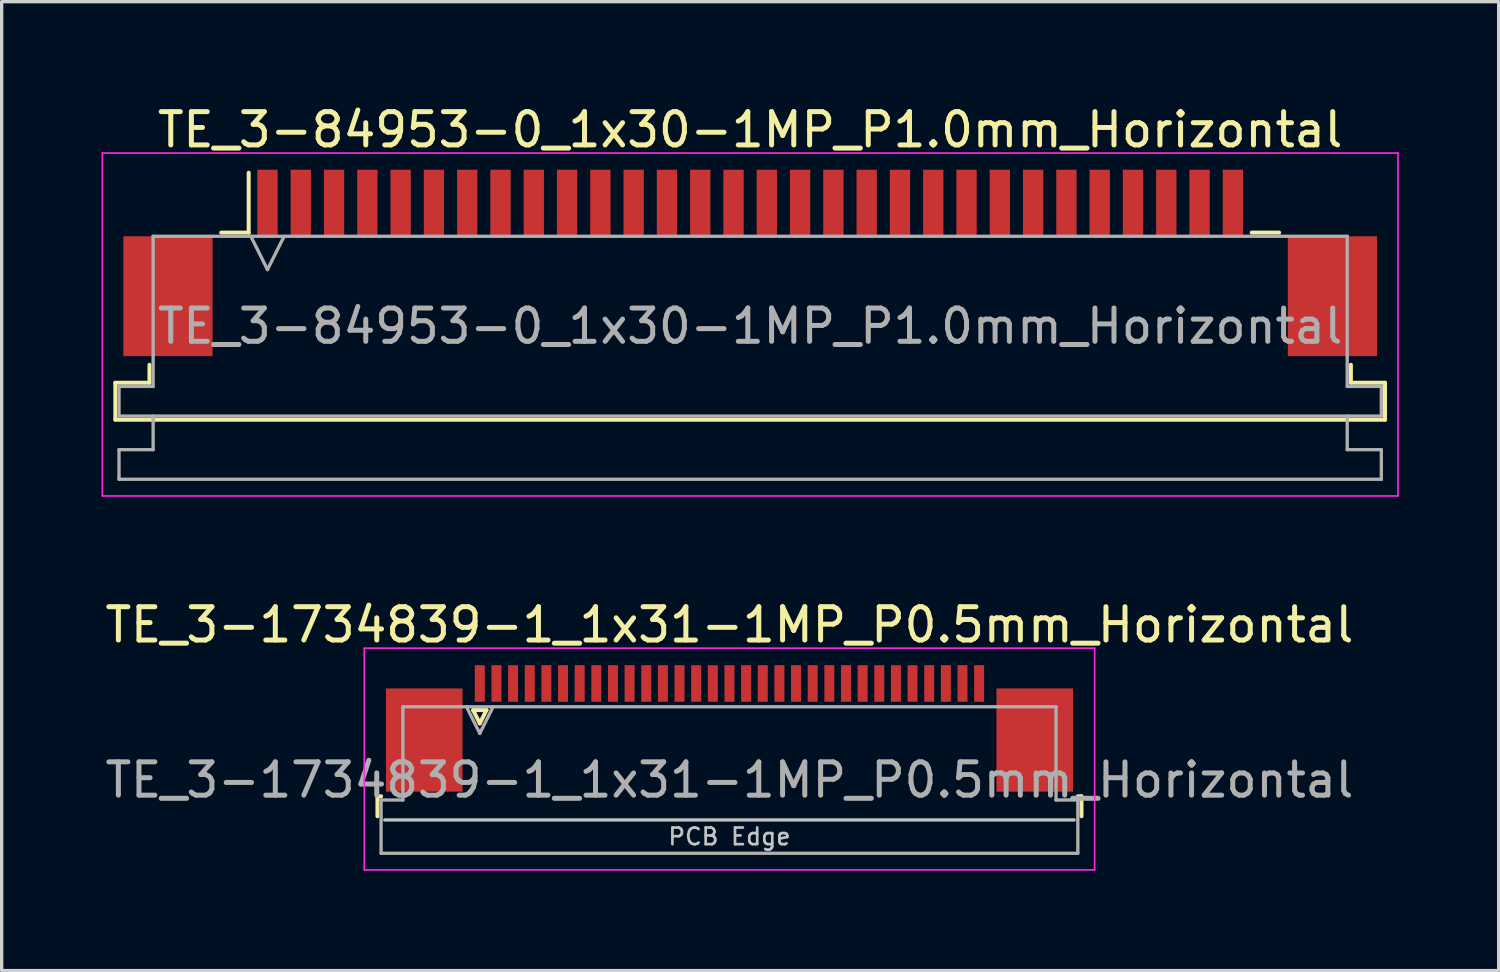
<source format=kicad_pcb>
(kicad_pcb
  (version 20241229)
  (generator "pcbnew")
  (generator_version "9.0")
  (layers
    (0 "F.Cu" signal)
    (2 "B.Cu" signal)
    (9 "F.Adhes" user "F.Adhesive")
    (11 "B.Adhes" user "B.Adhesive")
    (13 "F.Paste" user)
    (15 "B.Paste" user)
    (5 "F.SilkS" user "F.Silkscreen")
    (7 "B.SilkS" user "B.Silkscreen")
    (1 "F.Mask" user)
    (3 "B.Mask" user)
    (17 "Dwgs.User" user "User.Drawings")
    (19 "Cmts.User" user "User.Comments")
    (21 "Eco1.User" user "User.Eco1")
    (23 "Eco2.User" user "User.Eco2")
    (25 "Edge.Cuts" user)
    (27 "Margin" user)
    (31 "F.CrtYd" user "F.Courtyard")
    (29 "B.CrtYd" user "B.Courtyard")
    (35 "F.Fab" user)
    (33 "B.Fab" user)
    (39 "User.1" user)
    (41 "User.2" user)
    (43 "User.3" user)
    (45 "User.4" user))
  (footprint "TE_3-84953-0_1x30-1MP_P1.0mm_Horizontal"
    (layer "F.Cu")
    (at 19.485 4.848)
    (property "Reference" "TE_3-84953-0_1x30-1MP_P1.0mm_Horizontal" (at 0 -4 0) (layer "F.SilkS") (effects (font (size 1 1) (thickness 0.15))))
    (attr smd)
    (fp_line (start -19.07 3.6) (end -18.045 3.6) (stroke (width 0.12) (type solid)) (layer "F.SilkS"))
    (fp_line (start -19.07 4.71) (end -19.07 3.6) (stroke (width 0.12) (type solid)) (layer "F.SilkS"))
    (fp_line (start -18.045 3.6) (end -18.045 3.06) (stroke (width 0.12) (type solid)) (layer "F.SilkS"))
    (fp_line (start -15.89 -0.91) (end -15.065 -0.91) (stroke (width 0.12) (type solid)) (layer "F.SilkS"))
    (fp_line (start -15.065 -0.91) (end -15.065 -2.71) (stroke (width 0.12) (type solid)) (layer "F.SilkS"))
    (fp_line (start 15.065 -0.91) (end 15.89 -0.91) (stroke (width 0.12) (type solid)) (layer "F.SilkS"))
    (fp_line (start 18.045 3.06) (end 18.045 3.6) (stroke (width 0.12) (type solid)) (layer "F.SilkS"))
    (fp_line (start 18.045 3.6) (end 19.07 3.6) (stroke (width 0.12) (type solid)) (layer "F.SilkS"))
    (fp_line (start 19.07 3.6) (end 19.07 4.71) (stroke (width 0.12) (type solid)) (layer "F.SilkS"))
    (fp_line (start 19.07 4.71) (end -19.07 4.71) (stroke (width 0.12) (type solid)) (layer "F.SilkS"))
    (fp_line (start -19.46 -3.3) (end -19.46 7) (stroke (width 0.05) (type solid)) (layer "F.CrtYd"))
    (fp_line (start -19.46 7) (end 19.46 7) (stroke (width 0.05) (type solid)) (layer "F.CrtYd"))
    (fp_line (start 19.46 -3.3) (end -19.46 -3.3) (stroke (width 0.05) (type solid)) (layer "F.CrtYd"))
    (fp_line (start 19.46 7) (end 19.46 -3.3) (stroke (width 0.05) (type solid)) (layer "F.CrtYd"))
    (fp_line (start -18.96 3.71) (end -17.935 3.71) (stroke (width 0.1) (type solid)) (layer "F.Fab"))
    (fp_line (start -18.96 4.6) (end -18.96 3.71) (stroke (width 0.1) (type solid)) (layer "F.Fab"))
    (fp_line (start -18.96 5.61) (end -17.935 5.61) (stroke (width 0.1) (type solid)) (layer "F.Fab"))
    (fp_line (start -18.96 6.5) (end -18.96 5.61) (stroke (width 0.1) (type solid)) (layer "F.Fab"))
    (fp_line (start -17.935 -0.8) (end 17.935 -0.8) (stroke (width 0.1) (type solid)) (layer "F.Fab"))
    (fp_line (start -17.935 3.71) (end -17.935 -0.8) (stroke (width 0.1) (type solid)) (layer "F.Fab"))
    (fp_line (start -17.935 5.61) (end -17.935 4.6) (stroke (width 0.1) (type solid)) (layer "F.Fab"))
    (fp_line (start -15 -0.8) (end -14.5 0.2) (stroke (width 0.1) (type solid)) (layer "F.Fab"))
    (fp_line (start -14.5 0.2) (end -14 -0.8) (stroke (width 0.1) (type solid)) (layer "F.Fab"))
    (fp_line (start 17.935 -0.8) (end 17.935 3.71) (stroke (width 0.1) (type solid)) (layer "F.Fab"))
    (fp_line (start 17.935 3.71) (end 18.96 3.71) (stroke (width 0.1) (type solid)) (layer "F.Fab"))
    (fp_line (start 17.935 4.6) (end 17.935 5.61) (stroke (width 0.1) (type solid)) (layer "F.Fab"))
    (fp_line (start 17.935 5.61) (end 18.96 5.61) (stroke (width 0.1) (type solid)) (layer "F.Fab"))
    (fp_line (start 18.96 3.71) (end 18.96 4.6) (stroke (width 0.1) (type solid)) (layer "F.Fab"))
    (fp_line (start 18.96 4.6) (end -18.96 4.6) (stroke (width 0.1) (type solid)) (layer "F.Fab"))
    (fp_line (start 18.96 5.61) (end 18.96 6.5) (stroke (width 0.1) (type solid)) (layer "F.Fab"))
    (fp_line (start 18.96 6.5) (end -18.96 6.5) (stroke (width 0.1) (type solid)) (layer "F.Fab"))
    (fp_text user "${REFERENCE}" (at 0 1.9 0) (layer "F.Fab") (effects (font (size 1 1) (thickness 0.15))))
    (pad "1" smd rect (at -14.5 -1.8) (size 0.61 2) (layers "F.Cu" "F.Mask" "F.Paste"))
    (pad "2" smd rect (at -13.5 -1.8) (size 0.61 2) (layers "F.Cu" "F.Mask" "F.Paste"))
    (pad "3" smd rect (at -12.5 -1.8) (size 0.61 2) (layers "F.Cu" "F.Mask" "F.Paste"))
    (pad "4" smd rect (at -11.5 -1.8) (size 0.61 2) (layers "F.Cu" "F.Mask" "F.Paste"))
    (pad "5" smd rect (at -10.5 -1.8) (size 0.61 2) (layers "F.Cu" "F.Mask" "F.Paste"))
    (pad "6" smd rect (at -9.5 -1.8) (size 0.61 2) (layers "F.Cu" "F.Mask" "F.Paste"))
    (pad "7" smd rect (at -8.5 -1.8) (size 0.61 2) (layers "F.Cu" "F.Mask" "F.Paste"))
    (pad "8" smd rect (at -7.5 -1.8) (size 0.61 2) (layers "F.Cu" "F.Mask" "F.Paste"))
    (pad "9" smd rect (at -6.5 -1.8) (size 0.61 2) (layers "F.Cu" "F.Mask" "F.Paste"))
    (pad "10" smd rect (at -5.5 -1.8) (size 0.61 2) (layers "F.Cu" "F.Mask" "F.Paste"))
    (pad "11" smd rect (at -4.5 -1.8) (size 0.61 2) (layers "F.Cu" "F.Mask" "F.Paste"))
    (pad "12" smd rect (at -3.5 -1.8) (size 0.61 2) (layers "F.Cu" "F.Mask" "F.Paste"))
    (pad "13" smd rect (at -2.5 -1.8) (size 0.61 2) (layers "F.Cu" "F.Mask" "F.Paste"))
    (pad "14" smd rect (at -1.5 -1.8) (size 0.61 2) (layers "F.Cu" "F.Mask" "F.Paste"))
    (pad "15" smd rect (at -0.5 -1.8) (size 0.61 2) (layers "F.Cu" "F.Mask" "F.Paste"))
    (pad "16" smd rect (at 0.5 -1.8) (size 0.61 2) (layers "F.Cu" "F.Mask" "F.Paste"))
    (pad "17" smd rect (at 1.5 -1.8) (size 0.61 2) (layers "F.Cu" "F.Mask" "F.Paste"))
    (pad "18" smd rect (at 2.5 -1.8) (size 0.61 2) (layers "F.Cu" "F.Mask" "F.Paste"))
    (pad "19" smd rect (at 3.5 -1.8) (size 0.61 2) (layers "F.Cu" "F.Mask" "F.Paste"))
    (pad "20" smd rect (at 4.5 -1.8) (size 0.61 2) (layers "F.Cu" "F.Mask" "F.Paste"))
    (pad "21" smd rect (at 5.5 -1.8) (size 0.61 2) (layers "F.Cu" "F.Mask" "F.Paste"))
    (pad "22" smd rect (at 6.5 -1.8) (size 0.61 2) (layers "F.Cu" "F.Mask" "F.Paste"))
    (pad "23" smd rect (at 7.5 -1.8) (size 0.61 2) (layers "F.Cu" "F.Mask" "F.Paste"))
    (pad "24" smd rect (at 8.5 -1.8) (size 0.61 2) (layers "F.Cu" "F.Mask" "F.Paste"))
    (pad "25" smd rect (at 9.5 -1.8) (size 0.61 2) (layers "F.Cu" "F.Mask" "F.Paste"))
    (pad "26" smd rect (at 10.5 -1.8) (size 0.61 2) (layers "F.Cu" "F.Mask" "F.Paste"))
    (pad "27" smd rect (at 11.5 -1.8) (size 0.61 2) (layers "F.Cu" "F.Mask" "F.Paste"))
    (pad "28" smd rect (at 12.5 -1.8) (size 0.61 2) (layers "F.Cu" "F.Mask" "F.Paste"))
    (pad "29" smd rect (at 13.5 -1.8) (size 0.61 2) (layers "F.Cu" "F.Mask" "F.Paste"))
    (pad "30" smd rect (at 14.5 -1.8) (size 0.61 2) (layers "F.Cu" "F.Mask" "F.Paste"))
    (pad "MP" smd rect (at -17.49 1) (size 2.68 3.6) (layers "F.Cu" "F.Mask" "F.Paste"))
    (pad "MP" smd rect (at 17.49 1) (size 2.68 3.6) (layers "F.Cu" "F.Mask" "F.Paste")))
  (footprint "TE_3-1734839-1_1x31-1MP_P0.5mm_Horizontal"
    (layer "F.Cu")
    (at 18.863 18.831)
    (property "Reference" "TE_3-1734839-1_1x31-1MP_P0.5mm_Horizontal" (at 0 -3.11 0) (layer "F.SilkS") (effects (font (size 1 1) (thickness 0.15))))
    (attr smd)
    (fp_line (start -10.575 2.04) (end -10.575 2.64) (stroke (width 0.12) (type solid)) (layer "F.SilkS"))
    (fp_line (start -10.465 2.04) (end -10.575 2.04) (stroke (width 0.12) (type solid)) (layer "F.SilkS"))
    (fp_line (start -7.7 -0.55) (end -7.5 -0.15) (stroke (width 0.12) (type solid)) (layer "F.SilkS"))
    (fp_line (start -7.5 -0.15) (end -7.3 -0.55) (stroke (width 0.12) (type solid)) (layer "F.SilkS"))
    (fp_line (start -7.3 -0.55) (end -7.7 -0.55) (stroke (width 0.12) (type solid)) (layer "F.SilkS"))
    (fp_line (start 10.465 2.04) (end 10.575 2.04) (stroke (width 0.12) (type solid)) (layer "F.SilkS"))
    (fp_line (start 10.575 2.04) (end 10.575 2.64) (stroke (width 0.12) (type solid)) (layer "F.SilkS"))
    (fp_line (start 10.355 2.75) (end -10.355 2.75) (stroke (width 0.1) (type solid)) (layer "Dwgs.User"))
    (fp_line (start -10.97 -2.41) (end -10.97 4.25) (stroke (width 0.05) (type solid)) (layer "F.CrtYd"))
    (fp_line (start -10.97 4.25) (end 10.97 4.25) (stroke (width 0.05) (type solid)) (layer "F.CrtYd"))
    (fp_line (start 10.97 -2.41) (end -10.97 -2.41) (stroke (width 0.05) (type solid)) (layer "F.CrtYd"))
    (fp_line (start 10.97 4.25) (end 10.97 -2.41) (stroke (width 0.05) (type solid)) (layer "F.CrtYd"))
    (fp_line (start -10.465 2.15) (end -9.81 2.15) (stroke (width 0.1) (type solid)) (layer "F.Fab"))
    (fp_line (start -10.465 3.75) (end -10.465 2.15) (stroke (width 0.1) (type solid)) (layer "F.Fab"))
    (fp_line (start -9.81 -0.65) (end 9.81 -0.65) (stroke (width 0.1) (type solid)) (layer "F.Fab"))
    (fp_line (start -9.81 2.15) (end -9.81 -0.65) (stroke (width 0.1) (type solid)) (layer "F.Fab"))
    (fp_line (start -7.9 -0.65) (end -7.5 0.15) (stroke (width 0.1) (type solid)) (layer "F.Fab"))
    (fp_line (start -7.5 0.15) (end -7.1 -0.65) (stroke (width 0.1) (type solid)) (layer "F.Fab"))
    (fp_line (start 9.81 -0.65) (end 9.81 2.15) (stroke (width 0.1) (type solid)) (layer "F.Fab"))
    (fp_line (start 9.81 2.15) (end 10.465 2.15) (stroke (width 0.1) (type solid)) (layer "F.Fab"))
    (fp_line (start 10.465 2.15) (end 10.465 3.75) (stroke (width 0.1) (type solid)) (layer "F.Fab"))
    (fp_line (start 10.465 3.75) (end -10.465 3.75) (stroke (width 0.1) (type solid)) (layer "F.Fab"))
    (fp_text user "PCB Edge" (at 0 3.25 0) (layer "Dwgs.User") (effects (font (size 0.5 0.5) (thickness 0.08))))
    (fp_text user "${REFERENCE}" (at 0 1.55 0) (layer "F.Fab") (effects (font (size 1 1) (thickness 0.15))))
    (pad "1" smd rect (at -7.5 -1.35) (size 0.3 1.1) (layers "F.Cu" "F.Mask" "F.Paste"))
    (pad "2" smd rect (at -7 -1.35) (size 0.3 1.1) (layers "F.Cu" "F.Mask" "F.Paste"))
    (pad "3" smd rect (at -6.5 -1.35) (size 0.3 1.1) (layers "F.Cu" "F.Mask" "F.Paste"))
    (pad "4" smd rect (at -6 -1.35) (size 0.3 1.1) (layers "F.Cu" "F.Mask" "F.Paste"))
    (pad "5" smd rect (at -5.5 -1.35) (size 0.3 1.1) (layers "F.Cu" "F.Mask" "F.Paste"))
    (pad "6" smd rect (at -5 -1.35) (size 0.3 1.1) (layers "F.Cu" "F.Mask" "F.Paste"))
    (pad "7" smd rect (at -4.5 -1.35) (size 0.3 1.1) (layers "F.Cu" "F.Mask" "F.Paste"))
    (pad "8" smd rect (at -4 -1.35) (size 0.3 1.1) (layers "F.Cu" "F.Mask" "F.Paste"))
    (pad "9" smd rect (at -3.5 -1.35) (size 0.3 1.1) (layers "F.Cu" "F.Mask" "F.Paste"))
    (pad "10" smd rect (at -3 -1.35) (size 0.3 1.1) (layers "F.Cu" "F.Mask" "F.Paste"))
    (pad "11" smd rect (at -2.5 -1.35) (size 0.3 1.1) (layers "F.Cu" "F.Mask" "F.Paste"))
    (pad "12" smd rect (at -2 -1.35) (size 0.3 1.1) (layers "F.Cu" "F.Mask" "F.Paste"))
    (pad "13" smd rect (at -1.5 -1.35) (size 0.3 1.1) (layers "F.Cu" "F.Mask" "F.Paste"))
    (pad "14" smd rect (at -1 -1.35) (size 0.3 1.1) (layers "F.Cu" "F.Mask" "F.Paste"))
    (pad "15" smd rect (at -0.5 -1.35) (size 0.3 1.1) (layers "F.Cu" "F.Mask" "F.Paste"))
    (pad "16" smd rect (at 0 -1.35) (size 0.3 1.1) (layers "F.Cu" "F.Mask" "F.Paste"))
    (pad "17" smd rect (at 0.5 -1.35) (size 0.3 1.1) (layers "F.Cu" "F.Mask" "F.Paste"))
    (pad "18" smd rect (at 1 -1.35) (size 0.3 1.1) (layers "F.Cu" "F.Mask" "F.Paste"))
    (pad "19" smd rect (at 1.5 -1.35) (size 0.3 1.1) (layers "F.Cu" "F.Mask" "F.Paste"))
    (pad "20" smd rect (at 2 -1.35) (size 0.3 1.1) (layers "F.Cu" "F.Mask" "F.Paste"))
    (pad "21" smd rect (at 2.5 -1.35) (size 0.3 1.1) (layers "F.Cu" "F.Mask" "F.Paste"))
    (pad "22" smd rect (at 3 -1.35) (size 0.3 1.1) (layers "F.Cu" "F.Mask" "F.Paste"))
    (pad "23" smd rect (at 3.5 -1.35) (size 0.3 1.1) (layers "F.Cu" "F.Mask" "F.Paste"))
    (pad "24" smd rect (at 4 -1.35) (size 0.3 1.1) (layers "F.Cu" "F.Mask" "F.Paste"))
    (pad "25" smd rect (at 4.5 -1.35) (size 0.3 1.1) (layers "F.Cu" "F.Mask" "F.Paste"))
    (pad "26" smd rect (at 5 -1.35) (size 0.3 1.1) (layers "F.Cu" "F.Mask" "F.Paste"))
    (pad "27" smd rect (at 5.5 -1.35) (size 0.3 1.1) (layers "F.Cu" "F.Mask" "F.Paste"))
    (pad "28" smd rect (at 6 -1.35) (size 0.3 1.1) (layers "F.Cu" "F.Mask" "F.Paste"))
    (pad "29" smd rect (at 6.5 -1.35) (size 0.3 1.1) (layers "F.Cu" "F.Mask" "F.Paste"))
    (pad "30" smd rect (at 7 -1.35) (size 0.3 1.1) (layers "F.Cu" "F.Mask" "F.Paste"))
    (pad "31" smd rect (at 7.5 -1.35) (size 0.3 1.1) (layers "F.Cu" "F.Mask" "F.Paste"))
    (pad "MP" smd rect (at -9.17 0.35) (size 2.3 3.1) (layers "F.Cu" "F.Mask" "F.Paste"))
    (pad "MP" smd rect (at 9.17 0.35) (size 2.3 3.1) (layers "F.Cu" "F.Mask" "F.Paste")))
  (gr_rect
    (start -3 -3)
    (end 41.97 26.107)
    (stroke (width 0.1) (type default))
    (fill no)
    (layer "Edge.Cuts")))
</source>
